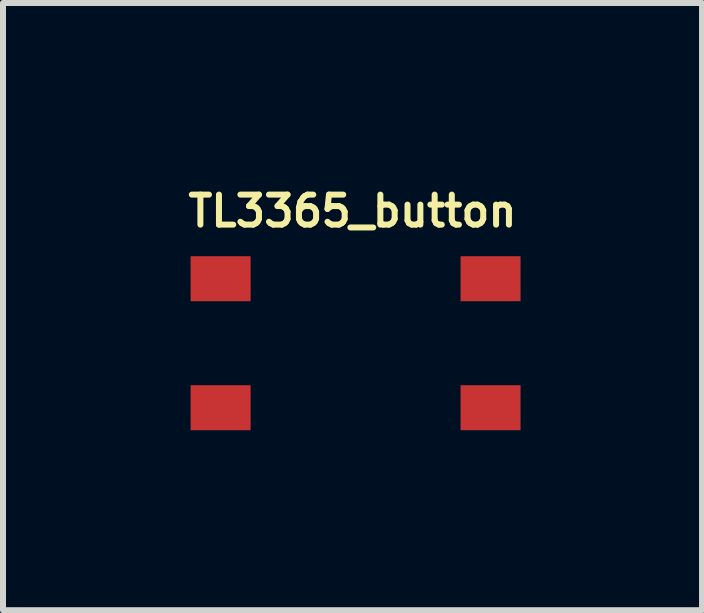
<source format=kicad_pcb>
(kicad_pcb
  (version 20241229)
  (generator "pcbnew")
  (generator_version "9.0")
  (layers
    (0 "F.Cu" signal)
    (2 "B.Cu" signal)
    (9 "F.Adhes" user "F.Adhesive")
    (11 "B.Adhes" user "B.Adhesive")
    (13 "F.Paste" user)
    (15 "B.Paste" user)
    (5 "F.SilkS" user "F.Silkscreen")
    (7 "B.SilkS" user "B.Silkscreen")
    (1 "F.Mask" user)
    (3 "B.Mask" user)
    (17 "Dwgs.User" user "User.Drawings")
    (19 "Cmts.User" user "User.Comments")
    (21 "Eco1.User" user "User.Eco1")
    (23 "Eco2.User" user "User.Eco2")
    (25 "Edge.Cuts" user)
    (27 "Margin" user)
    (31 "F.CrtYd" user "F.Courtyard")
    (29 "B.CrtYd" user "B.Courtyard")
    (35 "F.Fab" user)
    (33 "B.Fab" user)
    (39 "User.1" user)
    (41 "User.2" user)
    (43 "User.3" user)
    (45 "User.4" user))
  (footprint "TL3365_button"
    (layer "F.Cu")
    (at 2.826 2.668)
    (property "Reference" "TL3365_button" (at 0 -2.2 0) (layer "F.SilkS") (effects (font (size 0.5 0.5) (thickness 0.1))))
    (attr through_hole)
    (pad "1" smd rect (at -2.199 1.078) (size 1 0.75) (layers "F.Cu" "F.Mask" "F.Paste"))
    (pad "1" smd rect (at 2.301 1.078) (size 1 0.75) (layers "F.Cu" "F.Mask" "F.Paste"))
    (pad "2" smd rect (at -2.199 -1.072) (size 1 0.75) (layers "F.Cu" "F.Mask" "F.Paste"))
    (pad "2" smd rect (at 2.301 -1.072) (size 1 0.75) (layers "F.Cu" "F.Mask" "F.Paste")))
  (gr_rect
    (start -3 -3)
    (end 8.652 7.121)
    (stroke (width 0.1) (type default))
    (fill no)
    (layer "Edge.Cuts")))
</source>
